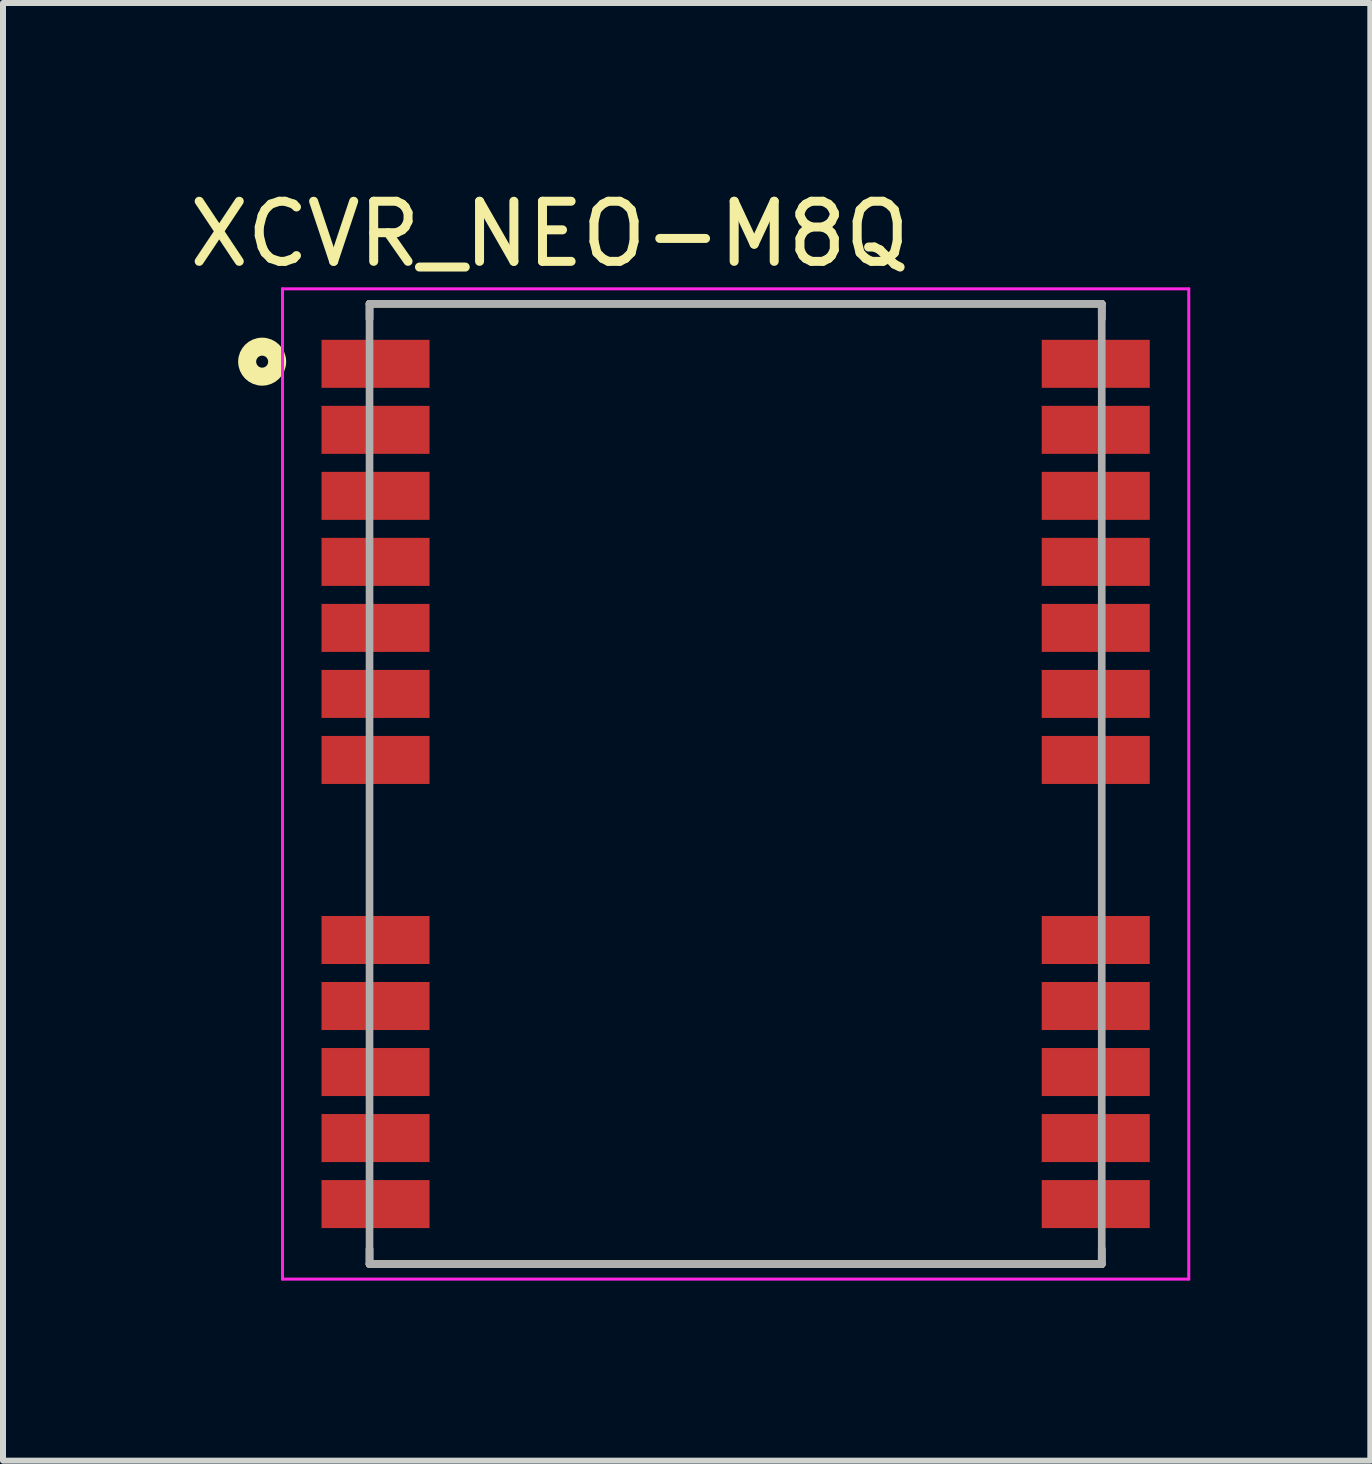
<source format=kicad_pcb>
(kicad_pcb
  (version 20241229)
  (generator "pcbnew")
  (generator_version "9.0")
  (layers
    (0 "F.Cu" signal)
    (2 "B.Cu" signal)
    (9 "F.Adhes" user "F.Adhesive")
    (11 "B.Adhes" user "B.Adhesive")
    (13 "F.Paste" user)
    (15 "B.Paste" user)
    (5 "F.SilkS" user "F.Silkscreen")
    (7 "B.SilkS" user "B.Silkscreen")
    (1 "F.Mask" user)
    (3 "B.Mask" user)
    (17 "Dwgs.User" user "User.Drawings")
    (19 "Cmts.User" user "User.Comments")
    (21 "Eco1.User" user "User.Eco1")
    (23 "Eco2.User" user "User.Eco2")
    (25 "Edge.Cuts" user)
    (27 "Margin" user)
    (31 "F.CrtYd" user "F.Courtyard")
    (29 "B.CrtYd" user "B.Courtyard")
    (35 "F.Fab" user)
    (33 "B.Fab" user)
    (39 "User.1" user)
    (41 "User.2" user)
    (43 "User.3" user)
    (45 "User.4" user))
  (footprint "XCVR_NEO-M8Q"
    (layer "F.Cu")
    (at 9.207 10.012)
    (property "Reference" "XCVR_NEO-M8Q" (at -3.099 -9.163 0) (layer "F.SilkS") (effects (font (size 1.001 1.001) (thickness 0.15))))
    (attr smd)
    (fp_line (start -6.1 -8) (end 6.1 -8) (stroke (width 0.127) (type solid)) (layer "F.SilkS"))
    (fp_line (start -6.1 -7.75) (end -6.1 -8) (stroke (width 0.127) (type solid)) (layer "F.SilkS"))
    (fp_line (start -6.1 7.75) (end -6.1 8) (stroke (width 0.127) (type solid)) (layer "F.SilkS"))
    (fp_line (start -6.1 8) (end 6.1 8) (stroke (width 0.127) (type solid)) (layer "F.SilkS"))
    (fp_line (start 6.1 -8) (end 6.1 -7.75) (stroke (width 0.127) (type solid)) (layer "F.SilkS"))
    (fp_line (start 6.1 8) (end 6.1 7.75) (stroke (width 0.127) (type solid)) (layer "F.SilkS"))
    (fp_circle (center -7.889 -7.036) (end -7.789 -7.036) (stroke (width 0.3) (type solid)) (fill no) (layer "F.SilkS"))
    (fp_poly (pts (xy -7.3 -7.4) (xy -6.1 -7.4) (xy -6.1 -6.6) (xy -7.3 -6.6)) (stroke (width 0.0001) (type solid)) (fill yes) (layer "F.Paste"))
    (fp_poly (pts (xy -7.3 -6.3) (xy -6.1 -6.3) (xy -6.1 -5.5) (xy -7.3 -5.5)) (stroke (width 0.0001) (type solid)) (fill yes) (layer "F.Paste"))
    (fp_poly (pts (xy -7.3 -5.2) (xy -6.1 -5.2) (xy -6.1 -4.4) (xy -7.3 -4.4)) (stroke (width 0.0001) (type solid)) (fill yes) (layer "F.Paste"))
    (fp_poly (pts (xy -7.3 -4.1) (xy -6.1 -4.1) (xy -6.1 -3.3) (xy -7.3 -3.3)) (stroke (width 0.0001) (type solid)) (fill yes) (layer "F.Paste"))
    (fp_poly (pts (xy -7.3 -3) (xy -6.1 -3) (xy -6.1 -2.2) (xy -7.3 -2.2)) (stroke (width 0.0001) (type solid)) (fill yes) (layer "F.Paste"))
    (fp_poly (pts (xy -7.3 -1.9) (xy -6.1 -1.9) (xy -6.1 -1.1) (xy -7.3 -1.1)) (stroke (width 0.0001) (type solid)) (fill yes) (layer "F.Paste"))
    (fp_poly (pts (xy -7.3 -0.8) (xy -6.1 -0.8) (xy -6.1 0) (xy -7.3 0)) (stroke (width 0.0001) (type solid)) (fill yes) (layer "F.Paste"))
    (fp_poly (pts (xy -7.3 2.2) (xy -6.1 2.2) (xy -6.1 3) (xy -7.3 3)) (stroke (width 0.0001) (type solid)) (fill yes) (layer "F.Paste"))
    (fp_poly (pts (xy -7.3 3.3) (xy -6.1 3.3) (xy -6.1 4.1) (xy -7.3 4.1)) (stroke (width 0.0001) (type solid)) (fill yes) (layer "F.Paste"))
    (fp_poly (pts (xy -7.3 4.4) (xy -6.1 4.4) (xy -6.1 5.2) (xy -7.3 5.2)) (stroke (width 0.0001) (type solid)) (fill yes) (layer "F.Paste"))
    (fp_poly (pts (xy -7.3 5.5) (xy -6.1 5.5) (xy -6.1 6.3) (xy -7.3 6.3)) (stroke (width 0.0001) (type solid)) (fill yes) (layer "F.Paste"))
    (fp_poly (pts (xy -7.3 6.6) (xy -6.1 6.6) (xy -6.1 7.4) (xy -7.3 7.4)) (stroke (width 0.0001) (type solid)) (fill yes) (layer "F.Paste"))
    (fp_poly (pts (xy -6.1 -7.3) (xy -5.2 -7.3) (xy -5.2 -6.7) (xy -6.1 -6.7)) (stroke (width 0.0001) (type solid)) (fill yes) (layer "F.Paste"))
    (fp_poly (pts (xy -6.1 -6.2) (xy -5.2 -6.2) (xy -5.2 -5.6) (xy -6.1 -5.6)) (stroke (width 0.0001) (type solid)) (fill yes) (layer "F.Paste"))
    (fp_poly (pts (xy -6.1 -5.1) (xy -5.2 -5.1) (xy -5.2 -4.5) (xy -6.1 -4.5)) (stroke (width 0.0001) (type solid)) (fill yes) (layer "F.Paste"))
    (fp_poly (pts (xy -6.1 -4) (xy -5.2 -4) (xy -5.2 -3.4) (xy -6.1 -3.4)) (stroke (width 0.0001) (type solid)) (fill yes) (layer "F.Paste"))
    (fp_poly (pts (xy -6.1 -2.9) (xy -5.2 -2.9) (xy -5.2 -2.3) (xy -6.1 -2.3)) (stroke (width 0.0001) (type solid)) (fill yes) (layer "F.Paste"))
    (fp_poly (pts (xy -6.1 -1.8) (xy -5.2 -1.8) (xy -5.2 -1.2) (xy -6.1 -1.2)) (stroke (width 0.0001) (type solid)) (fill yes) (layer "F.Paste"))
    (fp_poly (pts (xy -6.1 -0.7) (xy -5.2 -0.7) (xy -5.2 -0.1) (xy -6.1 -0.1)) (stroke (width 0.0001) (type solid)) (fill yes) (layer "F.Paste"))
    (fp_poly (pts (xy -6.1 2.3) (xy -5.2 2.3) (xy -5.2 2.9) (xy -6.1 2.9)) (stroke (width 0.0001) (type solid)) (fill yes) (layer "F.Paste"))
    (fp_poly (pts (xy -6.1 3.4) (xy -5.2 3.4) (xy -5.2 4) (xy -6.1 4)) (stroke (width 0.0001) (type solid)) (fill yes) (layer "F.Paste"))
    (fp_poly (pts (xy -6.1 4.5) (xy -5.2 4.5) (xy -5.2 5.1) (xy -6.1 5.1)) (stroke (width 0.0001) (type solid)) (fill yes) (layer "F.Paste"))
    (fp_poly (pts (xy -6.1 5.6) (xy -5.2 5.6) (xy -5.2 6.2) (xy -6.1 6.2)) (stroke (width 0.0001) (type solid)) (fill yes) (layer "F.Paste"))
    (fp_poly (pts (xy -6.1 6.7) (xy -5.2 6.7) (xy -5.2 7.3) (xy -6.1 7.3)) (stroke (width 0.0001) (type solid)) (fill yes) (layer "F.Paste"))
    (fp_poly (pts (xy 6.1 -7.3) (xy 5.2 -7.3) (xy 5.2 -6.7) (xy 6.1 -6.7)) (stroke (width 0.0001) (type solid)) (fill yes) (layer "F.Paste"))
    (fp_poly (pts (xy 6.1 -6.2) (xy 5.2 -6.2) (xy 5.2 -5.6) (xy 6.1 -5.6)) (stroke (width 0.0001) (type solid)) (fill yes) (layer "F.Paste"))
    (fp_poly (pts (xy 6.1 -5.1) (xy 5.2 -5.1) (xy 5.2 -4.5) (xy 6.1 -4.5)) (stroke (width 0.0001) (type solid)) (fill yes) (layer "F.Paste"))
    (fp_poly (pts (xy 6.1 -4) (xy 5.2 -4) (xy 5.2 -3.4) (xy 6.1 -3.4)) (stroke (width 0.0001) (type solid)) (fill yes) (layer "F.Paste"))
    (fp_poly (pts (xy 6.1 -2.9) (xy 5.2 -2.9) (xy 5.2 -2.3) (xy 6.1 -2.3)) (stroke (width 0.0001) (type solid)) (fill yes) (layer "F.Paste"))
    (fp_poly (pts (xy 6.1 -1.8) (xy 5.2 -1.8) (xy 5.2 -1.2) (xy 6.1 -1.2)) (stroke (width 0.0001) (type solid)) (fill yes) (layer "F.Paste"))
    (fp_poly (pts (xy 6.1 -0.7) (xy 5.2 -0.7) (xy 5.2 -0.1) (xy 6.1 -0.1)) (stroke (width 0.0001) (type solid)) (fill yes) (layer "F.Paste"))
    (fp_poly (pts (xy 6.1 2.3) (xy 5.2 2.3) (xy 5.2 2.9) (xy 6.1 2.9)) (stroke (width 0.0001) (type solid)) (fill yes) (layer "F.Paste"))
    (fp_poly (pts (xy 6.1 3.4) (xy 5.2 3.4) (xy 5.2 4) (xy 6.1 4)) (stroke (width 0.0001) (type solid)) (fill yes) (layer "F.Paste"))
    (fp_poly (pts (xy 6.1 4.5) (xy 5.2 4.5) (xy 5.2 5.1) (xy 6.1 5.1)) (stroke (width 0.0001) (type solid)) (fill yes) (layer "F.Paste"))
    (fp_poly (pts (xy 6.1 5.6) (xy 5.2 5.6) (xy 5.2 6.2) (xy 6.1 6.2)) (stroke (width 0.0001) (type solid)) (fill yes) (layer "F.Paste"))
    (fp_poly (pts (xy 6.1 6.7) (xy 5.2 6.7) (xy 5.2 7.3) (xy 6.1 7.3)) (stroke (width 0.0001) (type solid)) (fill yes) (layer "F.Paste"))
    (fp_poly (pts (xy 7.3 -7.4) (xy 6.1 -7.4) (xy 6.1 -6.6) (xy 7.3 -6.6)) (stroke (width 0.0001) (type solid)) (fill yes) (layer "F.Paste"))
    (fp_poly (pts (xy 7.3 -6.3) (xy 6.1 -6.3) (xy 6.1 -5.5) (xy 7.3 -5.5)) (stroke (width 0.0001) (type solid)) (fill yes) (layer "F.Paste"))
    (fp_poly (pts (xy 7.3 -5.2) (xy 6.1 -5.2) (xy 6.1 -4.4) (xy 7.3 -4.4)) (stroke (width 0.0001) (type solid)) (fill yes) (layer "F.Paste"))
    (fp_poly (pts (xy 7.3 -4.1) (xy 6.1 -4.1) (xy 6.1 -3.3) (xy 7.3 -3.3)) (stroke (width 0.0001) (type solid)) (fill yes) (layer "F.Paste"))
    (fp_poly (pts (xy 7.3 -3) (xy 6.1 -3) (xy 6.1 -2.2) (xy 7.3 -2.2)) (stroke (width 0.0001) (type solid)) (fill yes) (layer "F.Paste"))
    (fp_poly (pts (xy 7.3 -1.9) (xy 6.1 -1.9) (xy 6.1 -1.1) (xy 7.3 -1.1)) (stroke (width 0.0001) (type solid)) (fill yes) (layer "F.Paste"))
    (fp_poly (pts (xy 7.3 -0.8) (xy 6.1 -0.8) (xy 6.1 0) (xy 7.3 0)) (stroke (width 0.0001) (type solid)) (fill yes) (layer "F.Paste"))
    (fp_poly (pts (xy 7.3 2.2) (xy 6.1 2.2) (xy 6.1 3) (xy 7.3 3)) (stroke (width 0.0001) (type solid)) (fill yes) (layer "F.Paste"))
    (fp_poly (pts (xy 7.3 3.3) (xy 6.1 3.3) (xy 6.1 4.1) (xy 7.3 4.1)) (stroke (width 0.0001) (type solid)) (fill yes) (layer "F.Paste"))
    (fp_poly (pts (xy 7.3 4.4) (xy 6.1 4.4) (xy 6.1 5.2) (xy 7.3 5.2)) (stroke (width 0.0001) (type solid)) (fill yes) (layer "F.Paste"))
    (fp_poly (pts (xy 7.3 5.5) (xy 6.1 5.5) (xy 6.1 6.3) (xy 7.3 6.3)) (stroke (width 0.0001) (type solid)) (fill yes) (layer "F.Paste"))
    (fp_poly (pts (xy 7.3 6.6) (xy 6.1 6.6) (xy 6.1 7.4) (xy 7.3 7.4)) (stroke (width 0.0001) (type solid)) (fill yes) (layer "F.Paste"))
    (fp_line (start -7.55 -8.25) (end 7.55 -8.25) (stroke (width 0.05) (type solid)) (layer "F.CrtYd"))
    (fp_line (start -7.55 8.25) (end -7.55 -8.25) (stroke (width 0.05) (type solid)) (layer "F.CrtYd"))
    (fp_line (start 7.55 -8.25) (end 7.55 8.25) (stroke (width 0.05) (type solid)) (layer "F.CrtYd"))
    (fp_line (start 7.55 8.25) (end -7.55 8.25) (stroke (width 0.05) (type solid)) (layer "F.CrtYd"))
    (fp_line (start -6.1 -8) (end 6.1 -8) (stroke (width 0.127) (type solid)) (layer "F.Fab"))
    (fp_line (start -6.1 8) (end -6.1 -8) (stroke (width 0.127) (type solid)) (layer "F.Fab"))
    (fp_line (start 6.1 -8) (end 6.1 8) (stroke (width 0.127) (type solid)) (layer "F.Fab"))
    (fp_line (start 6.1 8) (end -6.1 8) (stroke (width 0.127) (type solid)) (layer "F.Fab"))
    (pad "1" smd rect (at -6 -7) (size 1.8 0.8) (layers "F.Cu" "F.Mask"))
    (pad "2" smd rect (at -6 -5.9) (size 1.8 0.8) (layers "F.Cu" "F.Mask"))
    (pad "3" smd rect (at -6 -4.8) (size 1.8 0.8) (layers "F.Cu" "F.Mask"))
    (pad "4" smd rect (at -6 -3.7) (size 1.8 0.8) (layers "F.Cu" "F.Mask"))
    (pad "5" smd rect (at -6 -2.6) (size 1.8 0.8) (layers "F.Cu" "F.Mask"))
    (pad "6" smd rect (at -6 -1.5) (size 1.8 0.8) (layers "F.Cu" "F.Mask"))
    (pad "7" smd rect (at -6 -0.4) (size 1.8 0.8) (layers "F.Cu" "F.Mask"))
    (pad "8" smd rect (at -6 2.6) (size 1.8 0.8) (layers "F.Cu" "F.Mask"))
    (pad "9" smd rect (at -6 3.7) (size 1.8 0.8) (layers "F.Cu" "F.Mask"))
    (pad "10" smd rect (at -6 4.8) (size 1.8 0.8) (layers "F.Cu" "F.Mask"))
    (pad "11" smd rect (at -6 5.9) (size 1.8 0.8) (layers "F.Cu" "F.Mask"))
    (pad "12" smd rect (at -6 7) (size 1.8 0.8) (layers "F.Cu" "F.Mask"))
    (pad "13" smd rect (at 6 7) (size 1.8 0.8) (layers "F.Cu" "F.Mask"))
    (pad "14" smd rect (at 6 5.9) (size 1.8 0.8) (layers "F.Cu" "F.Mask"))
    (pad "15" smd rect (at 6 4.8) (size 1.8 0.8) (layers "F.Cu" "F.Mask"))
    (pad "16" smd rect (at 6 3.7) (size 1.8 0.8) (layers "F.Cu" "F.Mask"))
    (pad "17" smd rect (at 6 2.6) (size 1.8 0.8) (layers "F.Cu" "F.Mask"))
    (pad "18" smd rect (at 6 -0.4) (size 1.8 0.8) (layers "F.Cu" "F.Mask"))
    (pad "19" smd rect (at 6 -1.5) (size 1.8 0.8) (layers "F.Cu" "F.Mask"))
    (pad "20" smd rect (at 6 -2.6) (size 1.8 0.8) (layers "F.Cu" "F.Mask"))
    (pad "21" smd rect (at 6 -3.7) (size 1.8 0.8) (layers "F.Cu" "F.Mask"))
    (pad "22" smd rect (at 6 -4.8) (size 1.8 0.8) (layers "F.Cu" "F.Mask"))
    (pad "23" smd rect (at 6 -5.9) (size 1.8 0.8) (layers "F.Cu" "F.Mask"))
    (pad "24" smd rect (at 6 -7) (size 1.8 0.8) (layers "F.Cu" "F.Mask")))
  (gr_rect
    (start -3 -3)
    (end 19.782 21.287)
    (stroke (width 0.1) (type default))
    (fill no)
    (layer "Edge.Cuts")))
</source>
